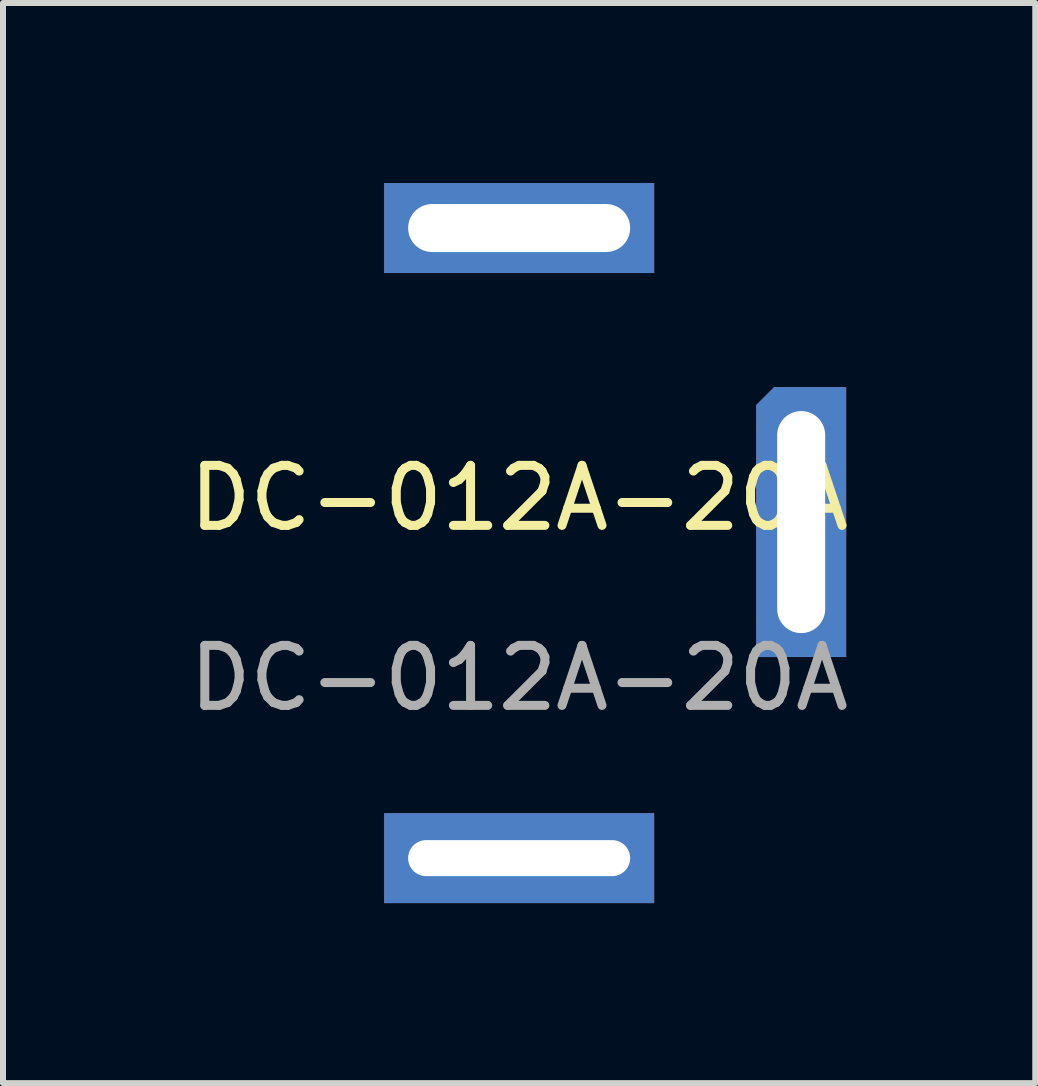
<source format=kicad_pcb>
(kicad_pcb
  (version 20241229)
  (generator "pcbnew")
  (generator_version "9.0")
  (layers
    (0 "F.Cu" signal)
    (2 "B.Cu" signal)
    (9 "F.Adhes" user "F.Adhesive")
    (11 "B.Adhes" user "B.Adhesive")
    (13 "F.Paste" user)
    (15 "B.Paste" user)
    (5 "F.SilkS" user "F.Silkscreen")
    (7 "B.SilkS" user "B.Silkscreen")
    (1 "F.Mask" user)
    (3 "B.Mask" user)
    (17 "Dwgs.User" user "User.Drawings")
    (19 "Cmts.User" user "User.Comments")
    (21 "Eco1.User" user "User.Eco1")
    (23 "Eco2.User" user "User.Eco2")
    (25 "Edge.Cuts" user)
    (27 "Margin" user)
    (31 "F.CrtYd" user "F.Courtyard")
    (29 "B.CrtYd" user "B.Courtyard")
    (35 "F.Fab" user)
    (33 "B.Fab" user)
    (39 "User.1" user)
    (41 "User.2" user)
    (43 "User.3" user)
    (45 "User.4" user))
  (footprint "DC-012A-20A"
    (layer "F.Cu")
    (at 5.601 5.75)
    (property "Reference" "DC-012A-20A" (at 0 -0.5 0) (unlocked yes) (layer "F.SilkS") (effects (font (size 1 1) (thickness 0.15))))
    (attr through_hole)
    (fp_text user "${REFERENCE}" (at 0 2.5 0) (unlocked yes) (layer "F.Fab") (effects (font (size 1 1) (thickness 0.15))))
    (pad "1" thru_hole rect (at 0 -5) (size 4.5 1.5) (drill oval 3.7 0.8) (layers "*.Cu" "*.Mask"))
    (pad "2" thru_hole rect (at 0 5.5) (size 4.5 1.5) (drill oval 3.7 0.6) (layers "*.Cu" "*.Mask"))
    (pad "2" thru_hole roundrect (at 4.7 -0.1) (size 1.5 4.5) (drill oval 0.8 3.7) (layers "*.Cu" "*.Mask") (roundrect_rratio 0) (chamfer_ratio 0.2) (chamfer top_left)))
  (gr_rect
    (start -3 -3)
    (end 14.202 15)
    (stroke (width 0.1) (type default))
    (fill no)
    (layer "Edge.Cuts")))
</source>
